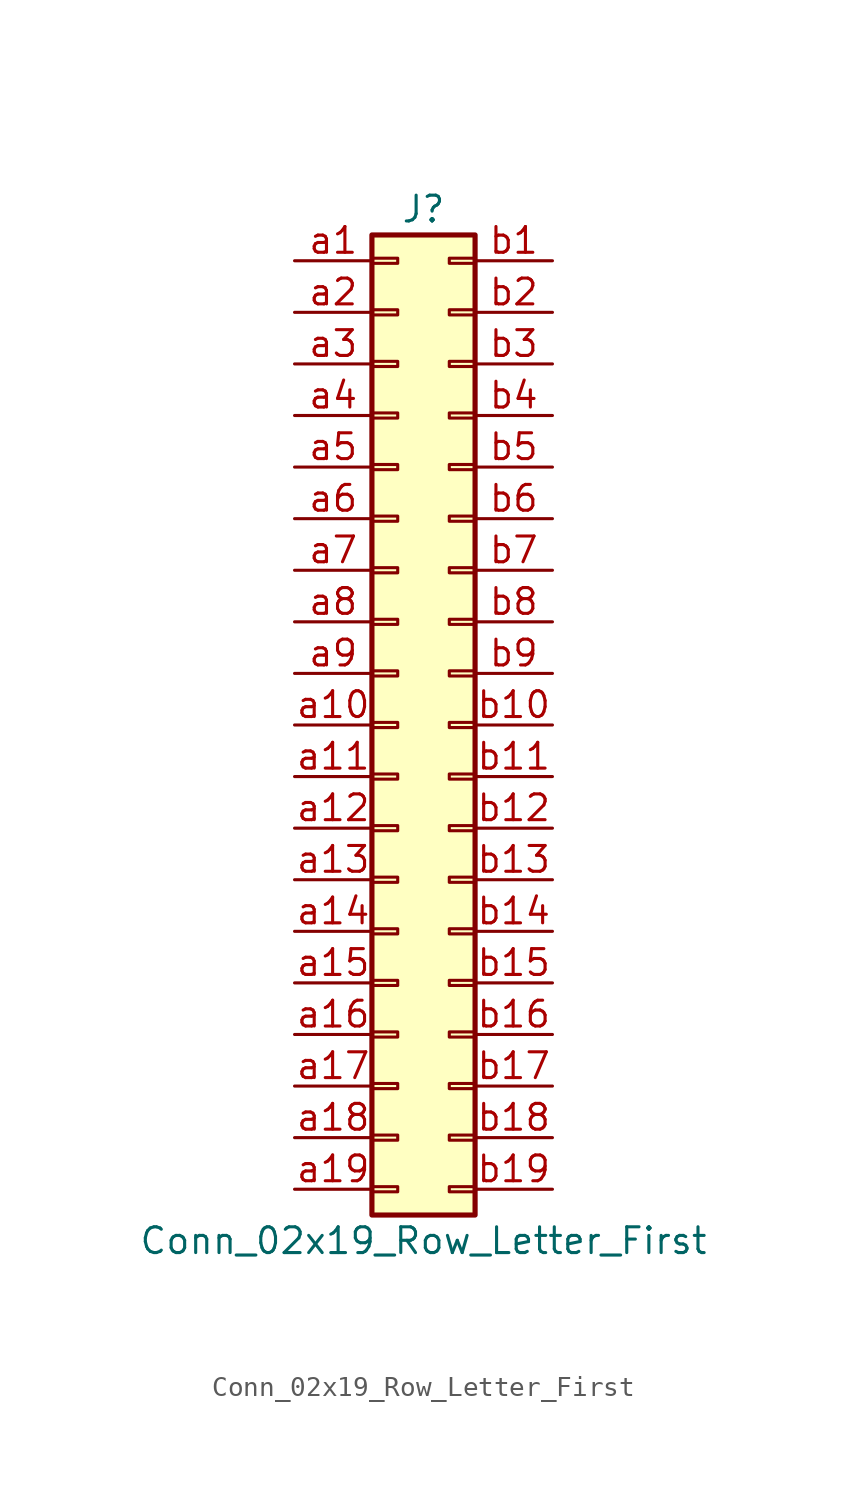
<source format=kicad_sym>
(kicad_symbol_lib
  (version 20201005)
  (generator kicad_symbol_editor)
  (symbol "Conn_02x19_Row_Letter_First"
    (pin_names
      (offset 1.016) hide)
    (property "Reference" "J"
      (at 1.27 25.4 0)
      (effects (font (size 1.27 1.27))))
    (property "Value" "Conn_02x19_Row_Letter_First"
      (at 1.27 -25.4 0)
      (effects (font (size 1.27 1.27))))
    (symbol "Conn_02x19_Row_Letter_First_1_1"
      (rectangle (start -1.27 -22.733) (end 0 -22.987) (stroke (width 0.152)) (fill (type none)))
      (rectangle (start -1.27 -20.193) (end 0 -20.447) (stroke (width 0.152)) (fill (type none)))
      (rectangle (start -1.27 -17.653) (end 0 -17.907) (stroke (width 0.152)) (fill (type none)))
      (rectangle (start -1.27 -15.113) (end 0 -15.367) (stroke (width 0.152)) (fill (type none)))
      (rectangle (start -1.27 -12.573) (end 0 -12.827) (stroke (width 0.152)) (fill (type none)))
      (rectangle (start -1.27 -10.033) (end 0 -10.287) (stroke (width 0.152)) (fill (type none)))
      (rectangle (start -1.27 -7.493) (end 0 -7.747) (stroke (width 0.152)) (fill (type none)))
      (rectangle (start -1.27 -4.953) (end 0 -5.207) (stroke (width 0.152)) (fill (type none)))
      (rectangle (start -1.27 -2.413) (end 0 -2.667) (stroke (width 0.152)) (fill (type none)))
      (rectangle (start -1.27 0.127) (end 0 -0.127) (stroke (width 0.152)) (fill (type none)))
      (rectangle (start -1.27 2.667) (end 0 2.413) (stroke (width 0.152)) (fill (type none)))
      (rectangle (start -1.27 5.207) (end 0 4.953) (stroke (width 0.152)) (fill (type none)))
      (rectangle (start -1.27 7.747) (end 0 7.493) (stroke (width 0.152)) (fill (type none)))
      (rectangle (start -1.27 10.287) (end 0 10.033) (stroke (width 0.152)) (fill (type none)))
      (rectangle (start -1.27 12.827) (end 0 12.573) (stroke (width 0.152)) (fill (type none)))
      (rectangle (start -1.27 15.367) (end 0 15.113) (stroke (width 0.152)) (fill (type none)))
      (rectangle (start -1.27 17.907) (end 0 17.653) (stroke (width 0.152)) (fill (type none)))
      (rectangle (start -1.27 20.447) (end 0 20.193) (stroke (width 0.152)) (fill (type none)))
      (rectangle (start -1.27 22.987) (end 0 22.733) (stroke (width 0.152)) (fill (type none)))
      (rectangle (start -1.27 24.13) (end 3.81 -24.13) (stroke (width 0.254)) (fill (type background)))
      (rectangle (start 3.81 -22.733) (end 2.54 -22.987) (stroke (width 0.152)) (fill (type none)))
      (rectangle (start 3.81 -20.193) (end 2.54 -20.447) (stroke (width 0.152)) (fill (type none)))
      (rectangle (start 3.81 -17.653) (end 2.54 -17.907) (stroke (width 0.152)) (fill (type none)))
      (rectangle (start 3.81 -15.113) (end 2.54 -15.367) (stroke (width 0.152)) (fill (type none)))
      (rectangle (start 3.81 -12.573) (end 2.54 -12.827) (stroke (width 0.152)) (fill (type none)))
      (rectangle (start 3.81 -10.033) (end 2.54 -10.287) (stroke (width 0.152)) (fill (type none)))
      (rectangle (start 3.81 -7.493) (end 2.54 -7.747) (stroke (width 0.152)) (fill (type none)))
      (rectangle (start 3.81 -4.953) (end 2.54 -5.207) (stroke (width 0.152)) (fill (type none)))
      (rectangle (start 3.81 -2.413) (end 2.54 -2.667) (stroke (width 0.152)) (fill (type none)))
      (rectangle (start 3.81 0.127) (end 2.54 -0.127) (stroke (width 0.152)) (fill (type none)))
      (rectangle (start 3.81 2.667) (end 2.54 2.413) (stroke (width 0.152)) (fill (type none)))
      (rectangle (start 3.81 5.207) (end 2.54 4.953) (stroke (width 0.152)) (fill (type none)))
      (rectangle (start 3.81 7.747) (end 2.54 7.493) (stroke (width 0.152)) (fill (type none)))
      (rectangle (start 3.81 10.287) (end 2.54 10.033) (stroke (width 0.152)) (fill (type none)))
      (rectangle (start 3.81 12.827) (end 2.54 12.573) (stroke (width 0.152)) (fill (type none)))
      (rectangle (start 3.81 15.367) (end 2.54 15.113) (stroke (width 0.152)) (fill (type none)))
      (rectangle (start 3.81 17.907) (end 2.54 17.653) (stroke (width 0.152)) (fill (type none)))
      (rectangle (start 3.81 20.447) (end 2.54 20.193) (stroke (width 0.152)) (fill (type none)))
      (rectangle (start 3.81 22.987) (end 2.54 22.733) (stroke (width 0.152)) (fill (type none)))
      (pin passive line (at -5.08 22.86 0) (length 3.81) (name "Pin_a1" (effects (font (size 1.27 1.27)))) (number "a1" (effects (font (size 1.27 1.27)))))
      (pin passive line (at -5.08 0 0) (length 3.81) (name "Pin_a10" (effects (font (size 1.27 1.27)))) (number "a10" (effects (font (size 1.27 1.27)))))
      (pin passive line (at -5.08 -2.54 0) (length 3.81) (name "Pin_a11" (effects (font (size 1.27 1.27)))) (number "a11" (effects (font (size 1.27 1.27)))))
      (pin passive line (at -5.08 -5.08 0) (length 3.81) (name "Pin_a12" (effects (font (size 1.27 1.27)))) (number "a12" (effects (font (size 1.27 1.27)))))
      (pin passive line (at -5.08 -7.62 0) (length 3.81) (name "Pin_a13" (effects (font (size 1.27 1.27)))) (number "a13" (effects (font (size 1.27 1.27)))))
      (pin passive line (at -5.08 -10.16 0) (length 3.81) (name "Pin_a14" (effects (font (size 1.27 1.27)))) (number "a14" (effects (font (size 1.27 1.27)))))
      (pin passive line (at -5.08 -12.7 0) (length 3.81) (name "Pin_a15" (effects (font (size 1.27 1.27)))) (number "a15" (effects (font (size 1.27 1.27)))))
      (pin passive line (at -5.08 -15.24 0) (length 3.81) (name "Pin_a16" (effects (font (size 1.27 1.27)))) (number "a16" (effects (font (size 1.27 1.27)))))
      (pin passive line (at -5.08 -17.78 0) (length 3.81) (name "Pin_a17" (effects (font (size 1.27 1.27)))) (number "a17" (effects (font (size 1.27 1.27)))))
      (pin passive line (at -5.08 -20.32 0) (length 3.81) (name "Pin_a18" (effects (font (size 1.27 1.27)))) (number "a18" (effects (font (size 1.27 1.27)))))
      (pin passive line (at -5.08 -22.86 0) (length 3.81) (name "Pin_a19" (effects (font (size 1.27 1.27)))) (number "a19" (effects (font (size 1.27 1.27)))))
      (pin passive line (at -5.08 20.32 0) (length 3.81) (name "Pin_a2" (effects (font (size 1.27 1.27)))) (number "a2" (effects (font (size 1.27 1.27)))))
      (pin passive line (at -5.08 17.78 0) (length 3.81) (name "Pin_a3" (effects (font (size 1.27 1.27)))) (number "a3" (effects (font (size 1.27 1.27)))))
      (pin passive line (at -5.08 15.24 0) (length 3.81) (name "Pin_a4" (effects (font (size 1.27 1.27)))) (number "a4" (effects (font (size 1.27 1.27)))))
      (pin passive line (at -5.08 12.7 0) (length 3.81) (name "Pin_a5" (effects (font (size 1.27 1.27)))) (number "a5" (effects (font (size 1.27 1.27)))))
      (pin passive line (at -5.08 10.16 0) (length 3.81) (name "Pin_a6" (effects (font (size 1.27 1.27)))) (number "a6" (effects (font (size 1.27 1.27)))))
      (pin passive line (at -5.08 7.62 0) (length 3.81) (name "Pin_a7" (effects (font (size 1.27 1.27)))) (number "a7" (effects (font (size 1.27 1.27)))))
      (pin passive line (at -5.08 5.08 0) (length 3.81) (name "Pin_a8" (effects (font (size 1.27 1.27)))) (number "a8" (effects (font (size 1.27 1.27)))))
      (pin passive line (at -5.08 2.54 0) (length 3.81) (name "Pin_a9" (effects (font (size 1.27 1.27)))) (number "a9" (effects (font (size 1.27 1.27)))))
      (pin passive line (at 7.62 22.86 180) (length 3.81) (name "Pin_b1" (effects (font (size 1.27 1.27)))) (number "b1" (effects (font (size 1.27 1.27)))))
      (pin passive line (at 7.62 0 180) (length 3.81) (name "Pin_b10" (effects (font (size 1.27 1.27)))) (number "b10" (effects (font (size 1.27 1.27)))))
      (pin passive line (at 7.62 -2.54 180) (length 3.81) (name "Pin_b11" (effects (font (size 1.27 1.27)))) (number "b11" (effects (font (size 1.27 1.27)))))
      (pin passive line (at 7.62 -5.08 180) (length 3.81) (name "Pin_b12" (effects (font (size 1.27 1.27)))) (number "b12" (effects (font (size 1.27 1.27)))))
      (pin passive line (at 7.62 -7.62 180) (length 3.81) (name "Pin_b13" (effects (font (size 1.27 1.27)))) (number "b13" (effects (font (size 1.27 1.27)))))
      (pin passive line (at 7.62 -10.16 180) (length 3.81) (name "Pin_b14" (effects (font (size 1.27 1.27)))) (number "b14" (effects (font (size 1.27 1.27)))))
      (pin passive line (at 7.62 -12.7 180) (length 3.81) (name "Pin_b15" (effects (font (size 1.27 1.27)))) (number "b15" (effects (font (size 1.27 1.27)))))
      (pin passive line (at 7.62 -15.24 180) (length 3.81) (name "Pin_b16" (effects (font (size 1.27 1.27)))) (number "b16" (effects (font (size 1.27 1.27)))))
      (pin passive line (at 7.62 -17.78 180) (length 3.81) (name "Pin_b17" (effects (font (size 1.27 1.27)))) (number "b17" (effects (font (size 1.27 1.27)))))
      (pin passive line (at 7.62 -20.32 180) (length 3.81) (name "Pin_b18" (effects (font (size 1.27 1.27)))) (number "b18" (effects (font (size 1.27 1.27)))))
      (pin passive line (at 7.62 -22.86 180) (length 3.81) (name "Pin_b19" (effects (font (size 1.27 1.27)))) (number "b19" (effects (font (size 1.27 1.27)))))
      (pin passive line (at 7.62 20.32 180) (length 3.81) (name "Pin_b2" (effects (font (size 1.27 1.27)))) (number "b2" (effects (font (size 1.27 1.27)))))
      (pin passive line (at 7.62 17.78 180) (length 3.81) (name "Pin_b3" (effects (font (size 1.27 1.27)))) (number "b3" (effects (font (size 1.27 1.27)))))
      (pin passive line (at 7.62 15.24 180) (length 3.81) (name "Pin_b4" (effects (font (size 1.27 1.27)))) (number "b4" (effects (font (size 1.27 1.27)))))
      (pin passive line (at 7.62 12.7 180) (length 3.81) (name "Pin_b5" (effects (font (size 1.27 1.27)))) (number "b5" (effects (font (size 1.27 1.27)))))
      (pin passive line (at 7.62 10.16 180) (length 3.81) (name "Pin_b6" (effects (font (size 1.27 1.27)))) (number "b6" (effects (font (size 1.27 1.27)))))
      (pin passive line (at 7.62 7.62 180) (length 3.81) (name "Pin_b7" (effects (font (size 1.27 1.27)))) (number "b7" (effects (font (size 1.27 1.27)))))
      (pin passive line (at 7.62 5.08 180) (length 3.81) (name "Pin_b8" (effects (font (size 1.27 1.27)))) (number "b8" (effects (font (size 1.27 1.27)))))
      (pin passive line (at 7.62 2.54 180) (length 3.81) (name "Pin_b9" (effects (font (size 1.27 1.27)))) (number "b9" (effects (font (size 1.27 1.27))))))))
</source>
